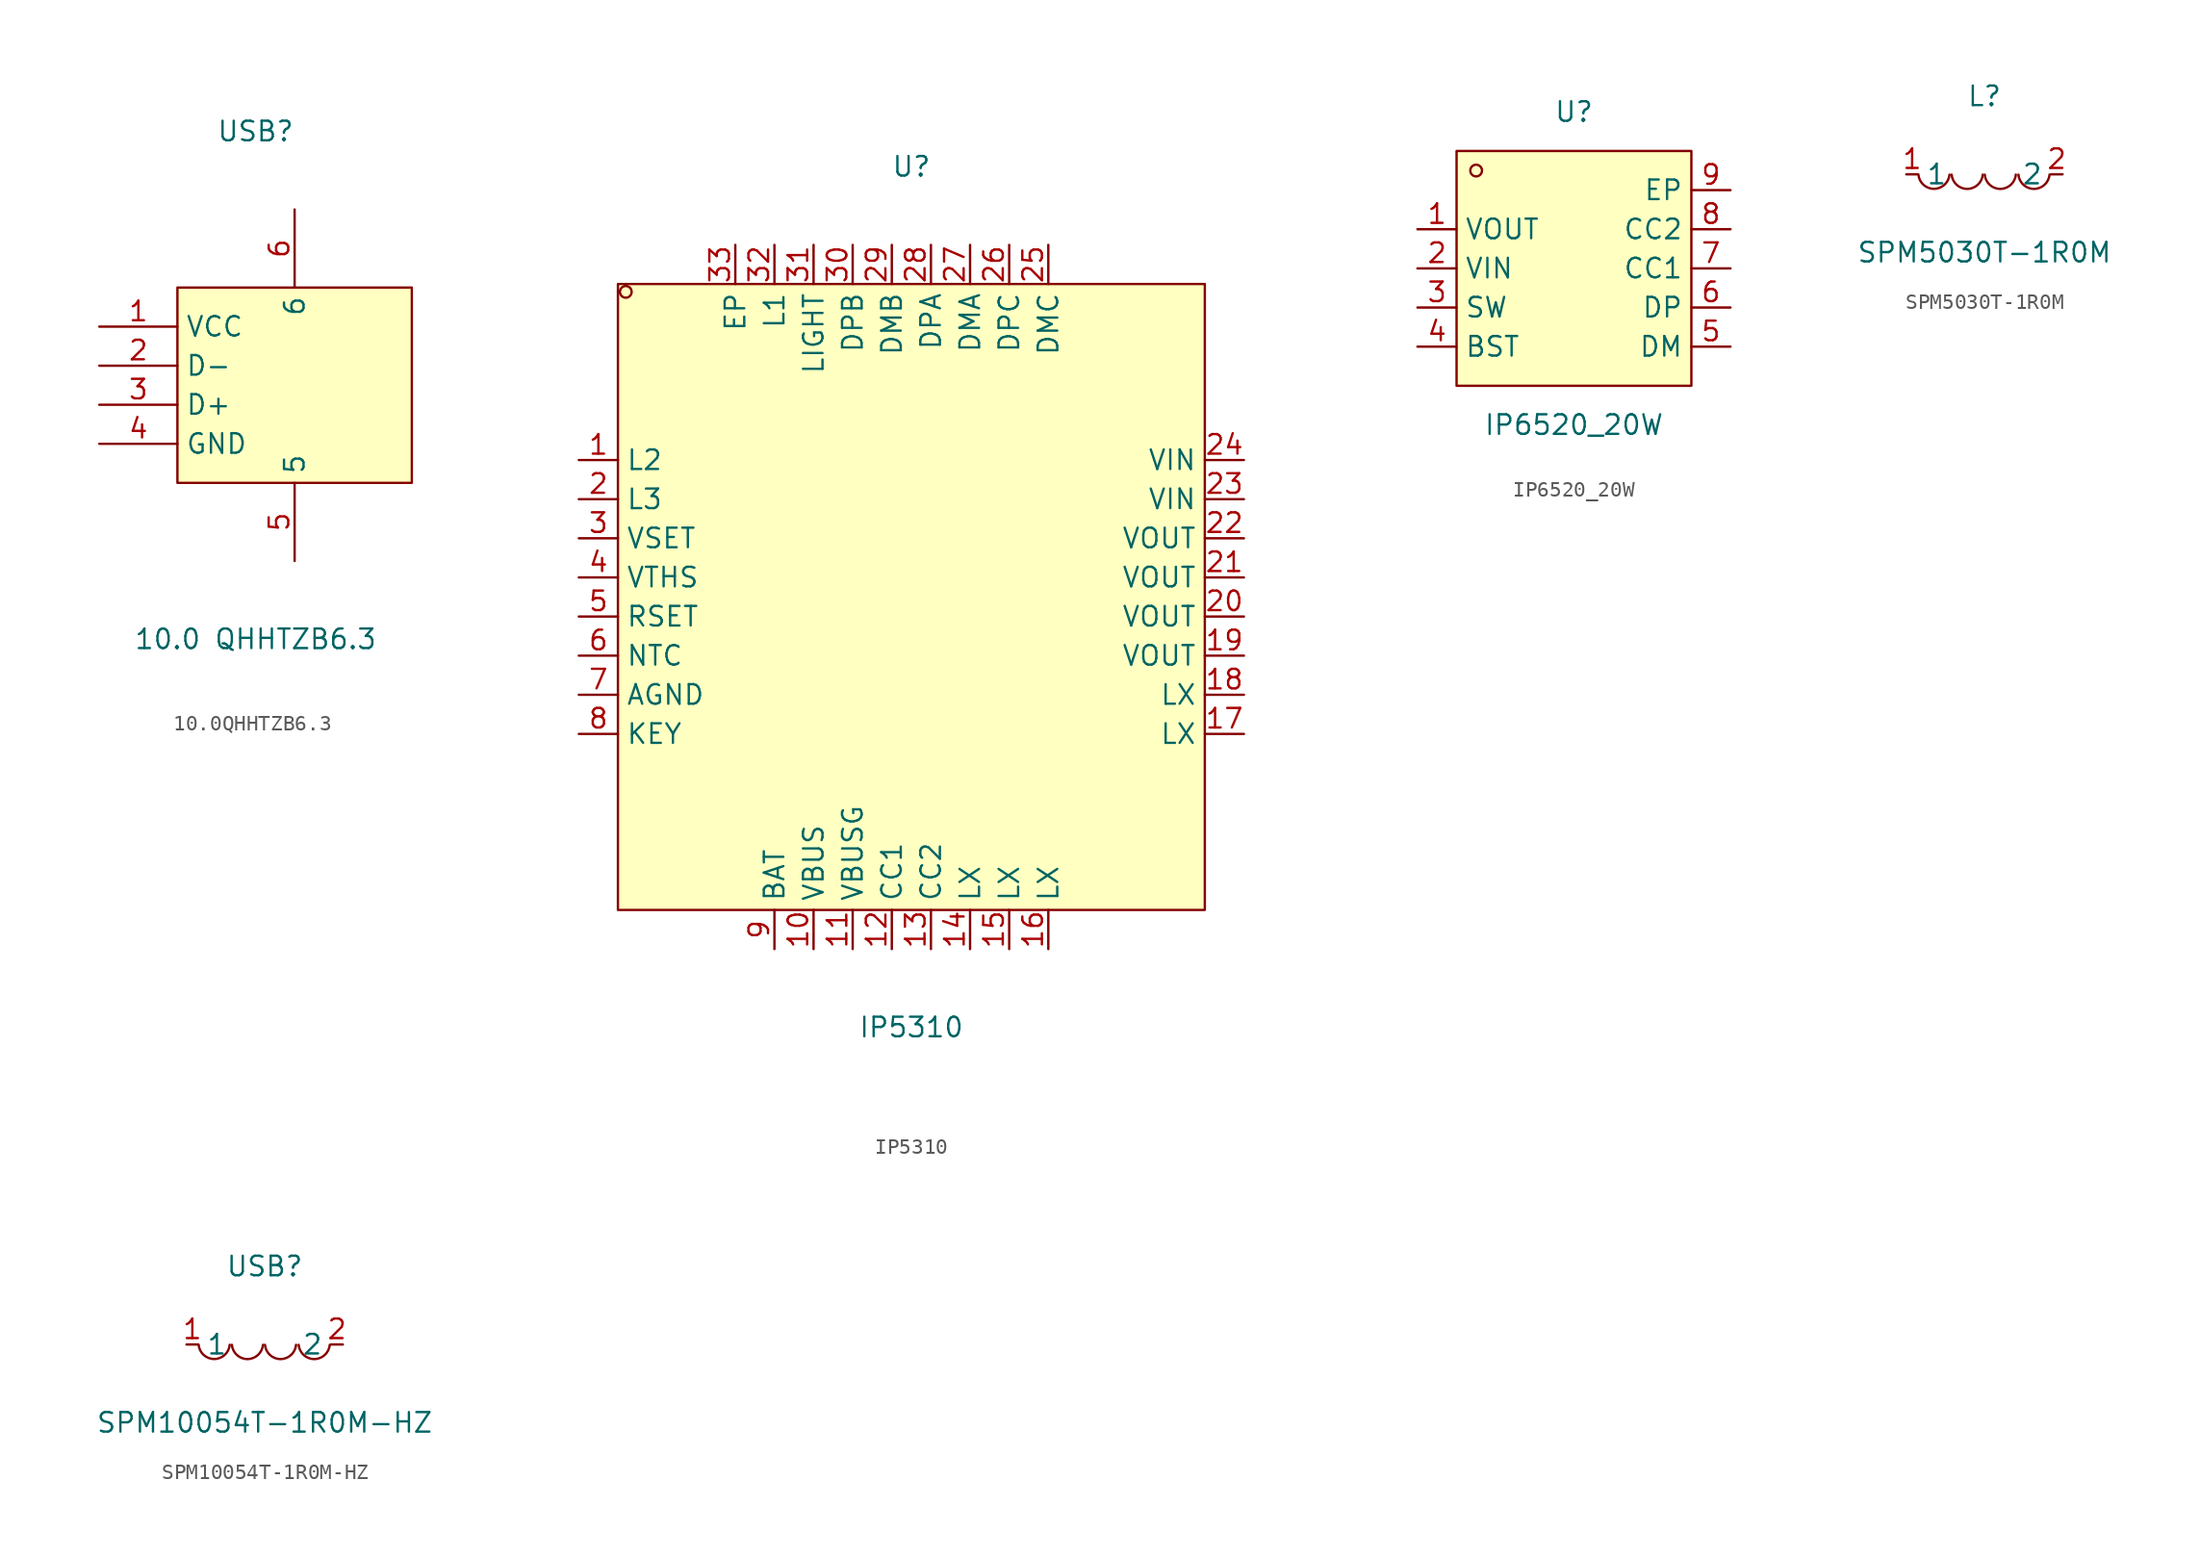
<source format=kicad_sym>
(kicad_symbol_lib
  (version 20211014)
  (generator https://github.com/uPesy/easyeda2kicad.py)
  (symbol "10.0QHHTZB6.3"
    (property "Reference" "USB"
      (at 0 17.78 0)
      (effects (font (size 1.27 1.27))))
    (property "Value" "10.0 QHHTZB6.3"
      (at 0 -15.24 0)
      (effects (font (size 1.27 1.27))))
    (symbol "10.0QHHTZB6.3_0_1"
      (rectangle (start -5.08 7.62) (end 10.16 -5.08) (stroke (width 0) (type default) (color 0 0 0 0)) (fill (type background)))
      (pin unspecified line (at 2.54 12.70 270) (length 5.08) (name "6" (effects (font (size 1.27 1.27)))) (number "6" (effects (font (size 1.27 1.27)))))
      (pin unspecified line (at 2.54 -10.16 90) (length 5.08) (name "5" (effects (font (size 1.27 1.27)))) (number "5" (effects (font (size 1.27 1.27)))))
      (pin unspecified line (at -10.16 -2.54 0) (length 5.08) (name "GND" (effects (font (size 1.27 1.27)))) (number "4" (effects (font (size 1.27 1.27)))))
      (pin unspecified line (at -10.16 -0.00 0) (length 5.08) (name "D+" (effects (font (size 1.27 1.27)))) (number "3" (effects (font (size 1.27 1.27)))))
      (pin unspecified line (at -10.16 2.54 0) (length 5.08) (name "D-" (effects (font (size 1.27 1.27)))) (number "2" (effects (font (size 1.27 1.27)))))
      (pin unspecified line (at -10.16 5.08 0) (length 5.08) (name "VCC" (effects (font (size 1.27 1.27)))) (number "1" (effects (font (size 1.27 1.27)))))))
  (symbol "IP5310"
    (property "Reference" "U"
      (at 0 27.94 0)
      (effects (font (size 1.27 1.27))))
    (property "Value" "IP5310"
      (at 0 -27.94 0)
      (effects (font (size 1.27 1.27))))
    (symbol "IP5310_0_1"
      (rectangle (start -19.05 20.32) (end 19.05 -20.32) (stroke (width 0) (type default) (color 0 0 0 0)) (fill (type background)))
      (circle (center -18.54 19.81) (radius 0.38) (stroke (width 0) (type default) (color 0 0 0 0)) (fill (type none)))
      (pin unspecified line (at -21.59 8.89 0) (length 2.54) (name "L2" (effects (font (size 1.27 1.27)))) (number "1" (effects (font (size 1.27 1.27)))))
      (pin unspecified line (at -21.59 6.35 0) (length 2.54) (name "L3" (effects (font (size 1.27 1.27)))) (number "2" (effects (font (size 1.27 1.27)))))
      (pin unspecified line (at -21.59 3.81 0) (length 2.54) (name "VSET" (effects (font (size 1.27 1.27)))) (number "3" (effects (font (size 1.27 1.27)))))
      (pin unspecified line (at -21.59 1.27 0) (length 2.54) (name "VTHS" (effects (font (size 1.27 1.27)))) (number "4" (effects (font (size 1.27 1.27)))))
      (pin unspecified line (at -21.59 -1.27 0) (length 2.54) (name "RSET" (effects (font (size 1.27 1.27)))) (number "5" (effects (font (size 1.27 1.27)))))
      (pin unspecified line (at -21.59 -3.81 0) (length 2.54) (name "NTC" (effects (font (size 1.27 1.27)))) (number "6" (effects (font (size 1.27 1.27)))))
      (pin unspecified line (at -21.59 -6.35 0) (length 2.54) (name "AGND" (effects (font (size 1.27 1.27)))) (number "7" (effects (font (size 1.27 1.27)))))
      (pin unspecified line (at -21.59 -8.89 0) (length 2.54) (name "KEY" (effects (font (size 1.27 1.27)))) (number "8" (effects (font (size 1.27 1.27)))))
      (pin unspecified line (at -8.89 -22.86 90) (length 2.54) (name "BAT" (effects (font (size 1.27 1.27)))) (number "9" (effects (font (size 1.27 1.27)))))
      (pin unspecified line (at -6.35 -22.86 90) (length 2.54) (name "VBUS" (effects (font (size 1.27 1.27)))) (number "10" (effects (font (size 1.27 1.27)))))
      (pin unspecified line (at -3.81 -22.86 90) (length 2.54) (name "VBUSG" (effects (font (size 1.27 1.27)))) (number "11" (effects (font (size 1.27 1.27)))))
      (pin unspecified line (at -1.27 -22.86 90) (length 2.54) (name "CC1" (effects (font (size 1.27 1.27)))) (number "12" (effects (font (size 1.27 1.27)))))
      (pin unspecified line (at 1.27 -22.86 90) (length 2.54) (name "CC2" (effects (font (size 1.27 1.27)))) (number "13" (effects (font (size 1.27 1.27)))))
      (pin unspecified line (at 3.81 -22.86 90) (length 2.54) (name "LX" (effects (font (size 1.27 1.27)))) (number "14" (effects (font (size 1.27 1.27)))))
      (pin unspecified line (at 6.35 -22.86 90) (length 2.54) (name "LX" (effects (font (size 1.27 1.27)))) (number "15" (effects (font (size 1.27 1.27)))))
      (pin unspecified line (at 8.89 -22.86 90) (length 2.54) (name "LX" (effects (font (size 1.27 1.27)))) (number "16" (effects (font (size 1.27 1.27)))))
      (pin unspecified line (at 21.59 -8.89 180) (length 2.54) (name "LX" (effects (font (size 1.27 1.27)))) (number "17" (effects (font (size 1.27 1.27)))))
      (pin unspecified line (at 21.59 -6.35 180) (length 2.54) (name "LX" (effects (font (size 1.27 1.27)))) (number "18" (effects (font (size 1.27 1.27)))))
      (pin unspecified line (at 21.59 -3.81 180) (length 2.54) (name "VOUT" (effects (font (size 1.27 1.27)))) (number "19" (effects (font (size 1.27 1.27)))))
      (pin unspecified line (at 21.59 -1.27 180) (length 2.54) (name "VOUT" (effects (font (size 1.27 1.27)))) (number "20" (effects (font (size 1.27 1.27)))))
      (pin unspecified line (at 21.59 1.27 180) (length 2.54) (name "VOUT" (effects (font (size 1.27 1.27)))) (number "21" (effects (font (size 1.27 1.27)))))
      (pin unspecified line (at 21.59 3.81 180) (length 2.54) (name "VOUT" (effects (font (size 1.27 1.27)))) (number "22" (effects (font (size 1.27 1.27)))))
      (pin unspecified line (at 21.59 6.35 180) (length 2.54) (name "VIN" (effects (font (size 1.27 1.27)))) (number "23" (effects (font (size 1.27 1.27)))))
      (pin unspecified line (at 21.59 8.89 180) (length 2.54) (name "VIN" (effects (font (size 1.27 1.27)))) (number "24" (effects (font (size 1.27 1.27)))))
      (pin unspecified line (at 8.89 22.86 270) (length 2.54) (name "DMC" (effects (font (size 1.27 1.27)))) (number "25" (effects (font (size 1.27 1.27)))))
      (pin unspecified line (at 6.35 22.86 270) (length 2.54) (name "DPC" (effects (font (size 1.27 1.27)))) (number "26" (effects (font (size 1.27 1.27)))))
      (pin unspecified line (at 3.81 22.86 270) (length 2.54) (name "DMA" (effects (font (size 1.27 1.27)))) (number "27" (effects (font (size 1.27 1.27)))))
      (pin unspecified line (at 1.27 22.86 270) (length 2.54) (name "DPA" (effects (font (size 1.27 1.27)))) (number "28" (effects (font (size 1.27 1.27)))))
      (pin unspecified line (at -1.27 22.86 270) (length 2.54) (name "DMB" (effects (font (size 1.27 1.27)))) (number "29" (effects (font (size 1.27 1.27)))))
      (pin unspecified line (at -3.81 22.86 270) (length 2.54) (name "DPB" (effects (font (size 1.27 1.27)))) (number "30" (effects (font (size 1.27 1.27)))))
      (pin unspecified line (at -6.35 22.86 270) (length 2.54) (name "LIGHT" (effects (font (size 1.27 1.27)))) (number "31" (effects (font (size 1.27 1.27)))))
      (pin unspecified line (at -8.89 22.86 270) (length 2.54) (name "L1" (effects (font (size 1.27 1.27)))) (number "32" (effects (font (size 1.27 1.27)))))
      (pin unspecified line (at -11.43 22.86 270) (length 2.54) (name "EP" (effects (font (size 1.27 1.27)))) (number "33" (effects (font (size 1.27 1.27)))))))
  (symbol "IP6520_20W"
    (property "Reference" "U"
      (at 0 10.16 0)
      (effects (font (size 1.27 1.27))))
    (property "Value" "IP6520_20W"
      (at 0 -10.16 0)
      (effects (font (size 1.27 1.27))))
    (symbol "IP6520_20W_0_1"
      (rectangle (start -7.62 7.62) (end 7.62 -7.62) (stroke (width 0) (type default) (color 0 0 0 0)) (fill (type background)))
      (circle (center -6.35 6.35) (radius 0.38) (stroke (width 0) (type default) (color 0 0 0 0)) (fill (type none)))
      (pin unspecified line (at -10.16 2.54 0) (length 2.54) (name "VOUT" (effects (font (size 1.27 1.27)))) (number "1" (effects (font (size 1.27 1.27)))))
      (pin unspecified line (at -10.16 -0.00 0) (length 2.54) (name "VIN" (effects (font (size 1.27 1.27)))) (number "2" (effects (font (size 1.27 1.27)))))
      (pin unspecified line (at -10.16 -2.54 0) (length 2.54) (name "SW" (effects (font (size 1.27 1.27)))) (number "3" (effects (font (size 1.27 1.27)))))
      (pin unspecified line (at -10.16 -5.08 0) (length 2.54) (name "BST" (effects (font (size 1.27 1.27)))) (number "4" (effects (font (size 1.27 1.27)))))
      (pin unspecified line (at 10.16 -5.08 180) (length 2.54) (name "DM" (effects (font (size 1.27 1.27)))) (number "5" (effects (font (size 1.27 1.27)))))
      (pin unspecified line (at 10.16 -2.54 180) (length 2.54) (name "DP" (effects (font (size 1.27 1.27)))) (number "6" (effects (font (size 1.27 1.27)))))
      (pin unspecified line (at 10.16 -0.00 180) (length 2.54) (name "CC1" (effects (font (size 1.27 1.27)))) (number "7" (effects (font (size 1.27 1.27)))))
      (pin unspecified line (at 10.16 2.54 180) (length 2.54) (name "CC2" (effects (font (size 1.27 1.27)))) (number "8" (effects (font (size 1.27 1.27)))))
      (pin unspecified line (at 10.16 5.08 180) (length 2.54) (name "EP" (effects (font (size 1.27 1.27)))) (number "9" (effects (font (size 1.27 1.27)))))))
  (symbol "SPM5030T-1R0M"
    (property "Reference" "L"
      (at 0 5.08 0)
      (effects (font (size 1.27 1.27))))
    (property "Value" "SPM5030T-1R0M"
      (at 0 -5.08 0)
      (effects (font (size 1.27 1.27))))
    (symbol "SPM5030T-1R0M_0_1"
      (arc (start -4.29 -0.02) (mid -2.81 -1.01) (end -2.27 -0.02) (stroke (width 0) (type default) (color 0 0 0 0)) (fill (type none)))
      (arc (start -2.13 -0.02) (mid -0.66 -1.01) (end -0.11 -0.02) (stroke (width 0) (type default) (color 0 0 0 0)) (fill (type none)))
      (arc (start 0.02 -0.02) (mid 1.49 -1.01) (end 2.04 -0.02) (stroke (width 0) (type default) (color 0 0 0 0)) (fill (type none)))
      (arc (start 2.21 -0.02) (mid 3.68 -1.01) (end 4.23 -0.02) (stroke (width 0) (type default) (color 0 0 0 0)) (fill (type none)))
      (pin unspecified line (at 5.08 -0.00 180) (length 0.762) (name "2" (effects (font (size 1.27 1.27)))) (number "2" (effects (font (size 1.27 1.27)))))
      (pin unspecified line (at -5.08 -0.00 0) (length 0.762) (name "1" (effects (font (size 1.27 1.27)))) (number "1" (effects (font (size 1.27 1.27)))))))
  (symbol "SPM10054T-1R0M-HZ"
    (property "Reference" "USB"
      (at 0 5.08 0)
      (effects (font (size 1.27 1.27))))
    (property "Value" "SPM10054T-1R0M-HZ"
      (at 0 -5.08 0)
      (effects (font (size 1.27 1.27))))
    (symbol "SPM10054T-1R0M-HZ_0_1"
      (arc (start 2.21 -0.02) (mid 3.68 -1.01) (end 4.23 -0.02) (stroke (width 0) (type default) (color 0 0 0 0)) (fill (type none)))
      (arc (start 0.02 -0.02) (mid 1.49 -1.01) (end 2.04 -0.02) (stroke (width 0) (type default) (color 0 0 0 0)) (fill (type none)))
      (arc (start -2.13 -0.02) (mid -0.66 -1.01) (end -0.11 -0.02) (stroke (width 0) (type default) (color 0 0 0 0)) (fill (type none)))
      (arc (start -4.29 -0.02) (mid -2.81 -1.01) (end -2.27 -0.02) (stroke (width 0) (type default) (color 0 0 0 0)) (fill (type none)))
      (pin unspecified line (at -5.08 -0.00 0) (length 0.762) (name "1" (effects (font (size 1.27 1.27)))) (number "1" (effects (font (size 1.27 1.27)))))
      (pin unspecified line (at 5.08 -0.00 180) (length 0.762) (name "2" (effects (font (size 1.27 1.27)))) (number "2" (effects (font (size 1.27 1.27))))))))
</source>
